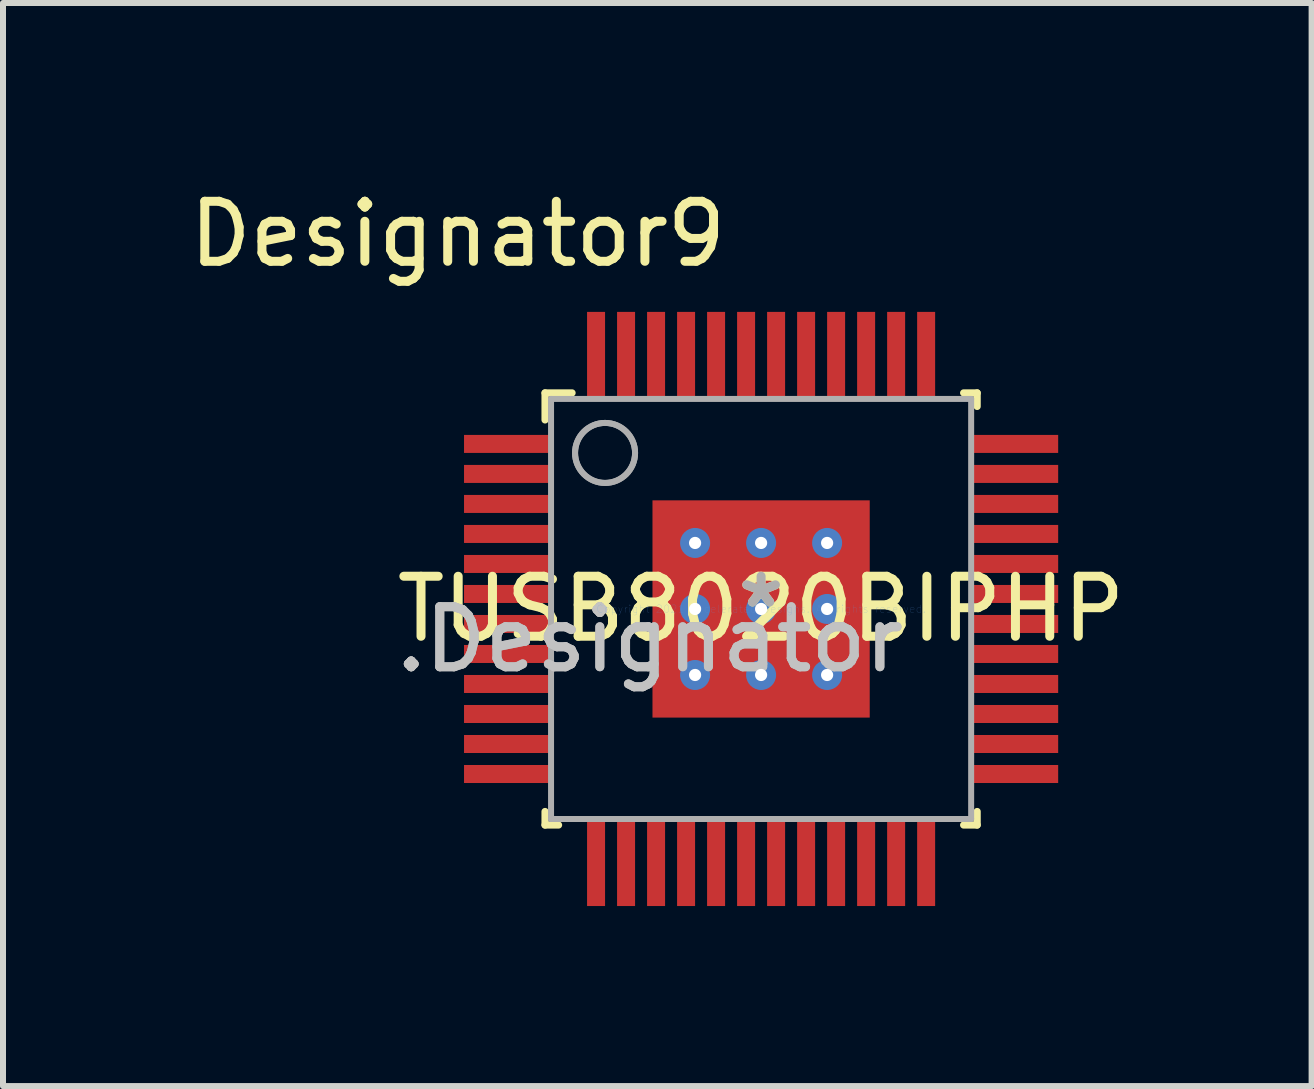
<source format=kicad_pcb>
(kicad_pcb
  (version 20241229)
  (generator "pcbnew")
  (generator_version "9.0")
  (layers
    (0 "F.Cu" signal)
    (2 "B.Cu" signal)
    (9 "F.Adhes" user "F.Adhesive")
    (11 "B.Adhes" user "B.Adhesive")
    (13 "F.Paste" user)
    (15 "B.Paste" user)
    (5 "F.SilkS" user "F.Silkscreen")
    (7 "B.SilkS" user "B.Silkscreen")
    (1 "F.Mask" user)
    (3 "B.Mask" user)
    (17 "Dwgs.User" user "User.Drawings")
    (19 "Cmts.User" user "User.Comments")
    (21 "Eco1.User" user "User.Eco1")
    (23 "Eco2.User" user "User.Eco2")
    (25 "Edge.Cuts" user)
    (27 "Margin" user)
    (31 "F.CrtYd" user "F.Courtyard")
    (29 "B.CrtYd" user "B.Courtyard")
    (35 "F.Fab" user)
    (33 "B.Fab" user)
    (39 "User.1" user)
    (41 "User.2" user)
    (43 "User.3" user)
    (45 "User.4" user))
  (footprint "TUSB8020BIPHP"
    (layer "F.Cu")
    (at 9.632 7.097)
    (property "Reference" "TUSB8020BIPHP" (at 0 0 0) (layer "F.SilkS") (effects (font (size 1 1) (thickness 0.15))))
    (attr through_hole)
    (fp_line (start -3.6 -3.6) (end -3.15 -3.6) (stroke (width 0.12) (type solid)) (layer "F.SilkS"))
    (fp_line (start -3.6 -3.15) (end -3.6 -3.6) (stroke (width 0.12) (type solid)) (layer "F.SilkS"))
    (fp_line (start -3.6 3.6) (end -3.6 3.375) (stroke (width 0.12) (type solid)) (layer "F.SilkS"))
    (fp_line (start -3.6 3.6) (end -3.375 3.6) (stroke (width 0.12) (type solid)) (layer "F.SilkS"))
    (fp_line (start 3.375 -3.6) (end 3.6 -3.6) (stroke (width 0.12) (type solid)) (layer "F.SilkS"))
    (fp_line (start 3.375 3.6) (end 3.6 3.6) (stroke (width 0.12) (type solid)) (layer "F.SilkS"))
    (fp_line (start 3.6 -3.375) (end 3.6 -3.6) (stroke (width 0.12) (type solid)) (layer "F.SilkS"))
    (fp_line (start 3.6 3.6) (end 3.6 3.375) (stroke (width 0.12) (type solid)) (layer "F.SilkS"))
    (fp_line (start -3.5 -3.5) (end 3.5 -3.5) (stroke (width 0.1) (type solid)) (layer "F.Fab"))
    (fp_line (start -3.5 3.5) (end -3.5 -3.5) (stroke (width 0.1) (type solid)) (layer "F.Fab"))
    (fp_line (start -3.5 3.5) (end 3.5 3.5) (stroke (width 0.1) (type solid)) (layer "F.Fab"))
    (fp_line (start 3.5 3.5) (end 3.5 -3.5) (stroke (width 0.1) (type solid)) (layer "F.Fab"))
    (fp_circle (center -2.6 -2.6) (end -2.1 -2.6) (stroke (width 0.1) (type solid)) (fill no) (layer "F.Fab"))
    (fp_circle (center -2.6 -2.6) (end -2.1 -2.6) (stroke (width 0.1) (type solid)) (fill no) (layer "F.Fab"))
    (fp_text user "Designator9" (at -5.055 -6.248 0) (layer "F.SilkS") (effects (font (size 1 1) (thickness 0.15))))
    (fp_text user "*" (at 0 0 0) (layer "F.SilkS") (effects (font (size 1 1) (thickness 0.15))))
    (fp_text user ".Designator" (at -1.854 0.508 0) (layer "Dwgs.User") (effects (font (size 1 1) (thickness 0.15))))
    (fp_text user "Copyright 2021 Accelerated Designs. All rights reserved." (at 0 0 0) (layer "Cmts.User") (effects (font (size 0.127 0.127) (thickness 0.002))))
    (fp_text user "*" (at 0 0 0) (layer "F.Fab") (effects (font (size 1 1) (thickness 0.15))))
    (fp_text user ".Designator" (at -1.854 0.508 0) (layer "F.Fab") (effects (font (size 1 1) (thickness 0.15))))
    (pad "1" smd rect (at -4.225 -2.75 90) (size 0.3 1.45) (layers "F.Cu" "F.Mask" "F.Paste"))
    (pad "2" smd rect (at -4.225 -2.25 90) (size 0.3 1.45) (layers "F.Cu" "F.Mask" "F.Paste"))
    (pad "3" smd rect (at -4.225 -1.75 90) (size 0.3 1.45) (layers "F.Cu" "F.Mask" "F.Paste"))
    (pad "4" smd rect (at -4.225 -1.25 90) (size 0.3 1.45) (layers "F.Cu" "F.Mask" "F.Paste"))
    (pad "5" smd rect (at -4.225 -0.75 90) (size 0.3 1.45) (layers "F.Cu" "F.Mask" "F.Paste"))
    (pad "6" smd rect (at -4.225 -0.25 90) (size 0.3 1.45) (layers "F.Cu" "F.Mask" "F.Paste"))
    (pad "7" smd rect (at -4.225 0.25 90) (size 0.3 1.45) (layers "F.Cu" "F.Mask" "F.Paste"))
    (pad "8" smd rect (at -4.225 0.75 90) (size 0.3 1.45) (layers "F.Cu" "F.Mask" "F.Paste"))
    (pad "9" smd rect (at -4.225 1.25 90) (size 0.3 1.45) (layers "F.Cu" "F.Mask" "F.Paste"))
    (pad "10" smd rect (at -4.225 1.75 90) (size 0.3 1.45) (layers "F.Cu" "F.Mask" "F.Paste"))
    (pad "11" smd rect (at -4.225 2.25 90) (size 0.3 1.45) (layers "F.Cu" "F.Mask" "F.Paste"))
    (pad "12" smd rect (at -4.225 2.75 90) (size 0.3 1.45) (layers "F.Cu" "F.Mask" "F.Paste"))
    (pad "13" smd rect (at -2.75 4.225) (size 0.3 1.45) (layers "F.Cu" "F.Mask" "F.Paste"))
    (pad "14" smd rect (at -2.25 4.225) (size 0.3 1.45) (layers "F.Cu" "F.Mask" "F.Paste"))
    (pad "15" smd rect (at -1.75 4.225) (size 0.3 1.45) (layers "F.Cu" "F.Mask" "F.Paste"))
    (pad "16" smd rect (at -1.25 4.225) (size 0.3 1.45) (layers "F.Cu" "F.Mask" "F.Paste"))
    (pad "17" smd rect (at -0.75 4.225) (size 0.3 1.45) (layers "F.Cu" "F.Mask" "F.Paste"))
    (pad "18" smd rect (at -0.25 4.225) (size 0.3 1.45) (layers "F.Cu" "F.Mask" "F.Paste"))
    (pad "19" smd rect (at 0.25 4.225) (size 0.3 1.45) (layers "F.Cu" "F.Mask" "F.Paste"))
    (pad "20" smd rect (at 0.75 4.225) (size 0.3 1.45) (layers "F.Cu" "F.Mask" "F.Paste"))
    (pad "21" smd rect (at 1.25 4.225) (size 0.3 1.45) (layers "F.Cu" "F.Mask" "F.Paste"))
    (pad "22" smd rect (at 1.75 4.225) (size 0.3 1.45) (layers "F.Cu" "F.Mask" "F.Paste"))
    (pad "23" smd rect (at 2.25 4.225) (size 0.3 1.45) (layers "F.Cu" "F.Mask" "F.Paste"))
    (pad "24" smd rect (at 2.75 4.225) (size 0.3 1.45) (layers "F.Cu" "F.Mask" "F.Paste"))
    (pad "25" smd rect (at 4.225 2.75 90) (size 0.3 1.45) (layers "F.Cu" "F.Mask" "F.Paste"))
    (pad "26" smd rect (at 4.225 2.25 90) (size 0.3 1.45) (layers "F.Cu" "F.Mask" "F.Paste"))
    (pad "27" smd rect (at 4.225 1.75 90) (size 0.3 1.45) (layers "F.Cu" "F.Mask" "F.Paste"))
    (pad "28" smd rect (at 4.225 1.25 90) (size 0.3 1.45) (layers "F.Cu" "F.Mask" "F.Paste"))
    (pad "29" smd rect (at 4.225 0.75 90) (size 0.3 1.45) (layers "F.Cu" "F.Mask" "F.Paste"))
    (pad "30" smd rect (at 4.225 0.25 90) (size 0.3 1.45) (layers "F.Cu" "F.Mask" "F.Paste"))
    (pad "31" smd rect (at 4.225 -0.25 90) (size 0.3 1.45) (layers "F.Cu" "F.Mask" "F.Paste"))
    (pad "32" smd rect (at 4.225 -0.75 90) (size 0.3 1.45) (layers "F.Cu" "F.Mask" "F.Paste"))
    (pad "33" smd rect (at 4.225 -1.25 90) (size 0.3 1.45) (layers "F.Cu" "F.Mask" "F.Paste"))
    (pad "34" smd rect (at 4.225 -1.75 90) (size 0.3 1.45) (layers "F.Cu" "F.Mask" "F.Paste"))
    (pad "35" smd rect (at 4.225 -2.25 90) (size 0.3 1.45) (layers "F.Cu" "F.Mask" "F.Paste"))
    (pad "36" smd rect (at 4.225 -2.75 90) (size 0.3 1.45) (layers "F.Cu" "F.Mask" "F.Paste"))
    (pad "37" smd rect (at 2.75 -4.225) (size 0.3 1.45) (layers "F.Cu" "F.Mask" "F.Paste"))
    (pad "38" smd rect (at 2.25 -4.225) (size 0.3 1.45) (layers "F.Cu" "F.Mask" "F.Paste"))
    (pad "39" smd rect (at 1.75 -4.225) (size 0.3 1.45) (layers "F.Cu" "F.Mask" "F.Paste"))
    (pad "40" smd rect (at 1.25 -4.225) (size 0.3 1.45) (layers "F.Cu" "F.Mask" "F.Paste"))
    (pad "41" smd rect (at 0.75 -4.225) (size 0.3 1.45) (layers "F.Cu" "F.Mask" "F.Paste"))
    (pad "42" smd rect (at 0.25 -4.225) (size 0.3 1.45) (layers "F.Cu" "F.Mask" "F.Paste"))
    (pad "43" smd rect (at -0.25 -4.225) (size 0.3 1.45) (layers "F.Cu" "F.Mask" "F.Paste"))
    (pad "44" smd rect (at -0.75 -4.225) (size 0.3 1.45) (layers "F.Cu" "F.Mask" "F.Paste"))
    (pad "45" smd rect (at -1.25 -4.225) (size 0.3 1.45) (layers "F.Cu" "F.Mask" "F.Paste"))
    (pad "46" smd rect (at -1.75 -4.225) (size 0.3 1.45) (layers "F.Cu" "F.Mask" "F.Paste"))
    (pad "47" smd rect (at -2.25 -4.225) (size 0.3 1.45) (layers "F.Cu" "F.Mask" "F.Paste"))
    (pad "48" smd rect (at -2.75 -4.225) (size 0.3 1.45) (layers "F.Cu" "F.Mask" "F.Paste"))
    (pad "49" smd rect (at 0 -0.000003) (size 3.62 3.62) (layers "F.Cu" "F.Mask" "F.Paste"))
    (pad "V" thru_hole circle (at -1.1 -1.1) (size 0.5 0.5) (drill 0.203) (layers "*.Cu" "*.Mask"))
    (pad "V" thru_hole circle (at -1.1 0) (size 0.5 0.5) (drill 0.203) (layers "*.Cu" "*.Mask"))
    (pad "V" thru_hole circle (at -1.1 1.1) (size 0.5 0.5) (drill 0.203) (layers "*.Cu" "*.Mask"))
    (pad "V" thru_hole circle (at 0 -1.1) (size 0.5 0.5) (drill 0.203) (layers "*.Cu" "*.Mask"))
    (pad "V" thru_hole circle (at 0 0) (size 0.5 0.5) (drill 0.203) (layers "*.Cu" "*.Mask"))
    (pad "V" thru_hole circle (at 0 1.1) (size 0.5 0.5) (drill 0.203) (layers "*.Cu" "*.Mask"))
    (pad "V" thru_hole circle (at 1.1 -1.1) (size 0.5 0.5) (drill 0.203) (layers "*.Cu" "*.Mask"))
    (pad "V" thru_hole circle (at 1.1 0) (size 0.5 0.5) (drill 0.203) (layers "*.Cu" "*.Mask"))
    (pad "V" thru_hole circle (at 1.1 1.1) (size 0.5 0.5) (drill 0.203) (layers "*.Cu" "*.Mask")))
  (gr_rect
    (start -3 -3)
    (end 18.805 15.047)
    (stroke (width 0.1) (type default))
    (fill no)
    (layer "Edge.Cuts")))
</source>
